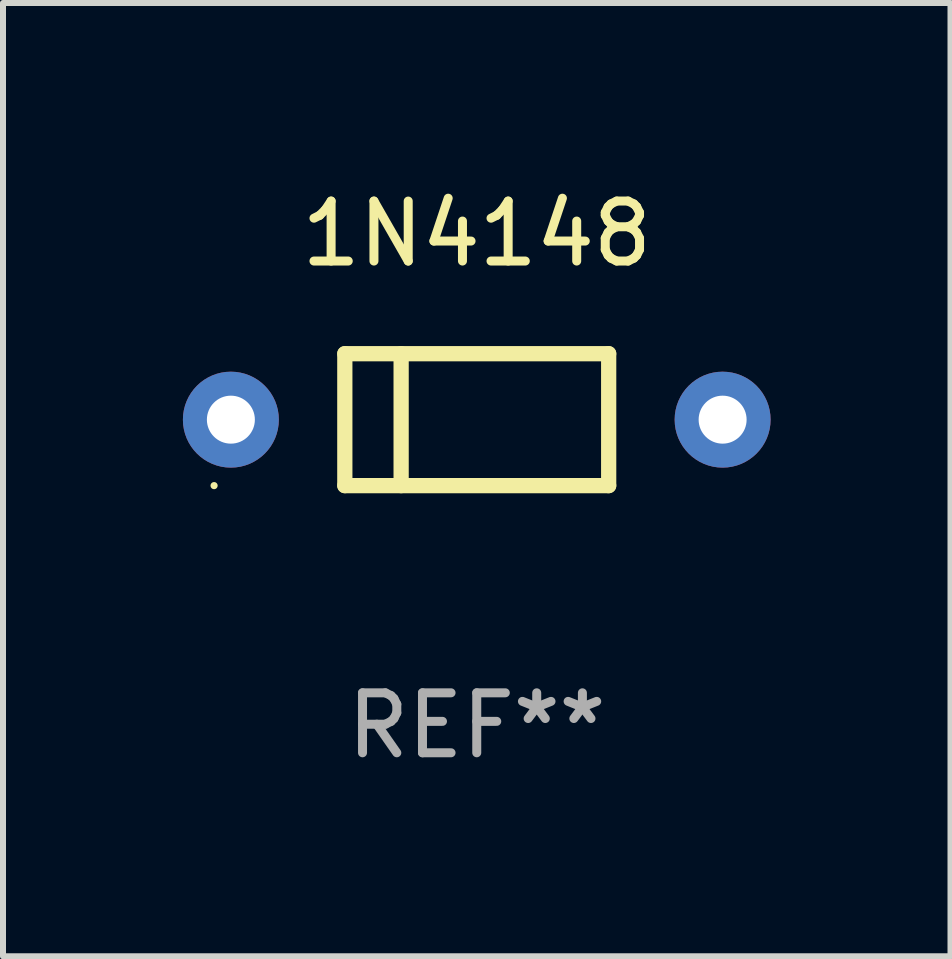
<source format=kicad_pcb>
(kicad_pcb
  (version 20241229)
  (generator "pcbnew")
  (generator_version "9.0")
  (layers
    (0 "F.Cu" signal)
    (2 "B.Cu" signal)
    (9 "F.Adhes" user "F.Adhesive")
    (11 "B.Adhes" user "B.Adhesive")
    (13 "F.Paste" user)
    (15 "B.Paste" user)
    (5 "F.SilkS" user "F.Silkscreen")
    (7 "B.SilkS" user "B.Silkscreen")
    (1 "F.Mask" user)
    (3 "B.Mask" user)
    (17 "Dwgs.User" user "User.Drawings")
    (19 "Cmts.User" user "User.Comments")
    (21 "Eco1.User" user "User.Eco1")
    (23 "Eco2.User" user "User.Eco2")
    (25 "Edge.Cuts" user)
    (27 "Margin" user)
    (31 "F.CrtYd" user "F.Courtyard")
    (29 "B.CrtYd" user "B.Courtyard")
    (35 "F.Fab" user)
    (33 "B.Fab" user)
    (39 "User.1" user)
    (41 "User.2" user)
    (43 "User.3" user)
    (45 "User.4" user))
  (footprint "1N4148"
    (layer "F.Cu")
    (at 4.9 3.948)
    (property "Reference" "1N4148" (at 0 -3.1 0) (layer "F.SilkS") (effects (font (size 1 1) (thickness 0.15))))
    (attr through_hole)
    (fp_line (start -2.2 -1.1) (end -2.2 1.1) (stroke (width 0.254) (type solid)) (layer "F.SilkS"))
    (fp_line (start -2.2 -1.1) (end 2.2 -1.1) (stroke (width 0.254) (type solid)) (layer "F.SilkS"))
    (fp_line (start -2.2 1.1) (end 2.2 1.1) (stroke (width 0.254) (type solid)) (layer "F.SilkS"))
    (fp_line (start -1.261 -1.1) (end -1.261 1.1) (stroke (width 0.254) (type solid)) (layer "F.SilkS"))
    (fp_line (start 2.2 -1.1) (end 2.2 1.1) (stroke (width 0.254) (type solid)) (layer "F.SilkS"))
    (fp_circle (center -4.38 1.1) (end -4.35 1.1) (stroke (width 0.06) (type solid)) (fill no) (layer "F.SilkS"))
    (fp_text user "REF**" (at 0 5.1 0) (layer "F.Fab") (effects (font (size 1 1) (thickness 0.15))))
    (pad "1" thru_hole circle (at -4.1 0) (size 1.6 1.6) (drill 0.8) (layers "*.Cu" "*.Mask"))
    (pad "2" thru_hole circle (at 4.1 0) (size 1.6 1.6) (drill 0.8) (layers "*.Cu" "*.Mask")))
  (gr_rect
    (start -3 -3)
    (end 12.8 12.896)
    (stroke (width 0.1) (type default))
    (fill no)
    (layer "Edge.Cuts")))
</source>
